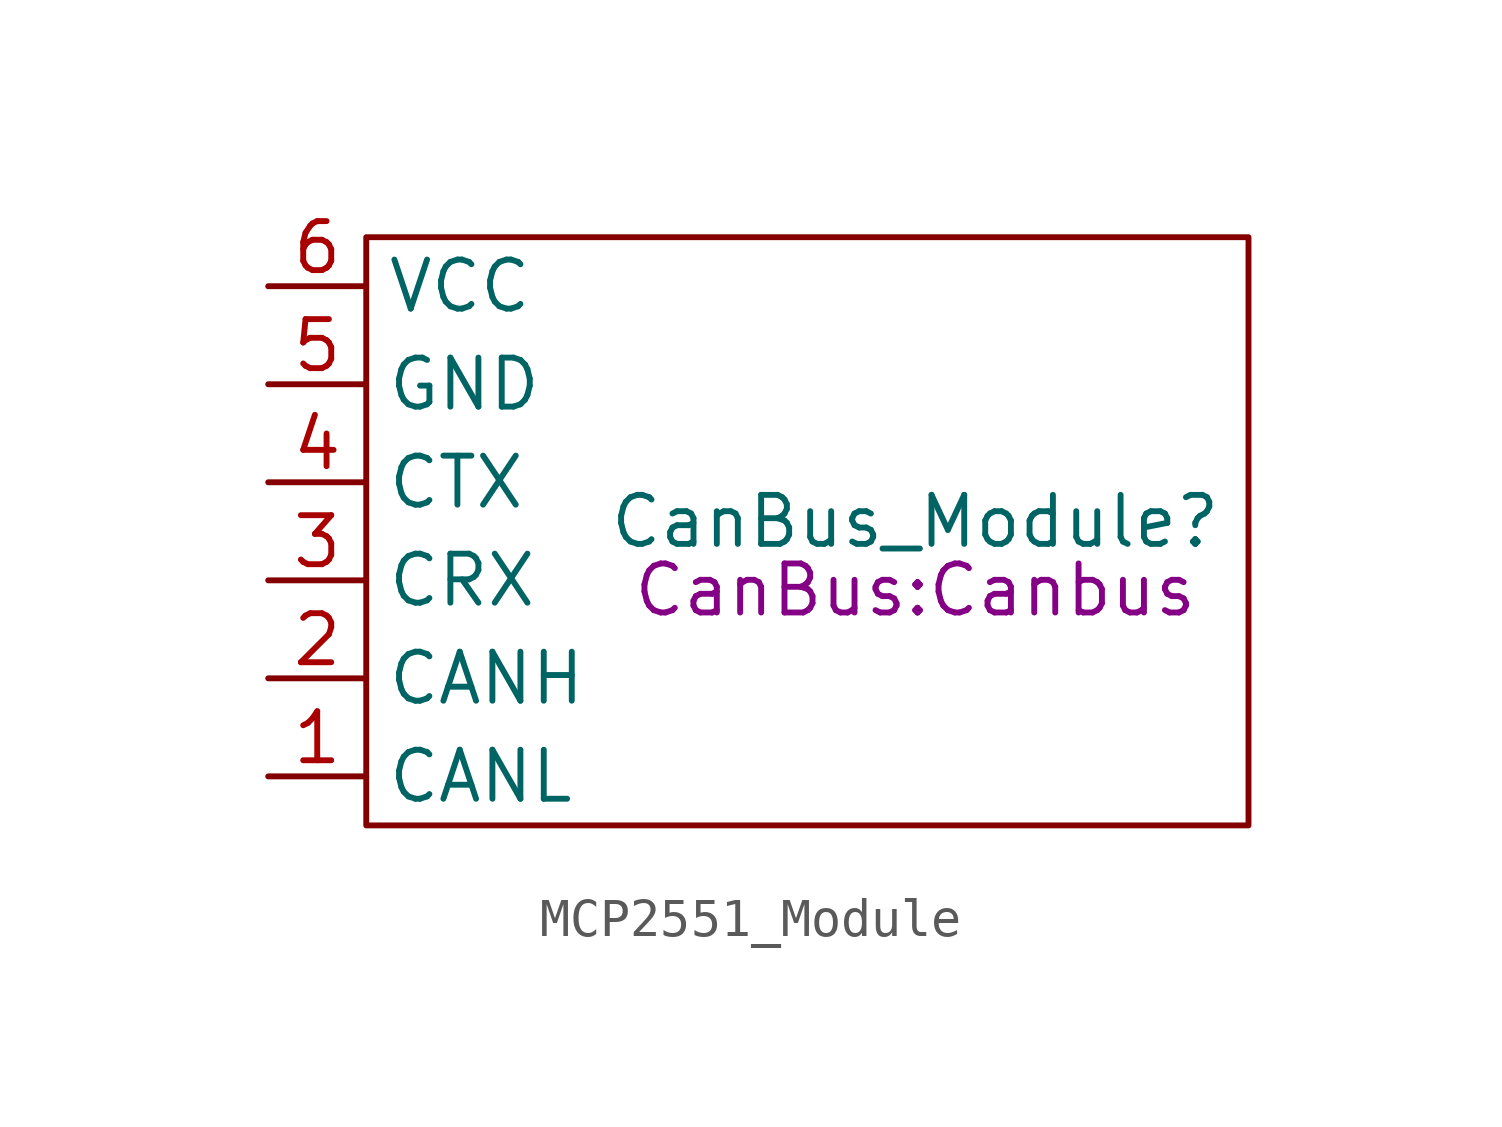
<source format=kicad_sym>
(kicad_symbol_lib
  (version 20241209)
  (generator "kicad_symbol_editor")
  (generator_version "9.0")
  (symbol "MCP2551_Module"
    (property "Reference" "CanBus_Module"
      (at 9.144 -3.556 0)
      (effects (font (size 1.27 1.27))))
    (property "Value" ""
      (at 0 0 0)
      (effects (font (size 1.27 1.27))))
    (property "Footprint" "CanBus:Canbus"
      (at 9.144 -5.334 0)
      (effects (font (size 1.27 1.27))))
    (symbol "MCP2551_Module_0_1"
      (rectangle (start -5.08 3.81) (end 17.78 -11.43) (stroke (width 0) (type default)) (fill (type none))))
    (symbol "MCP2551_Module_1_1"
      (pin input line (at -7.62 2.54 0) (length 2.54) (name "VCC" (effects (font (size 1.27 1.27)))) (number "6" (effects (font (size 1.27 1.27)))))
      (pin input line (at -7.62 0 0) (length 2.54) (name "GND" (effects (font (size 1.27 1.27)))) (number "5" (effects (font (size 1.27 1.27)))))
      (pin input line (at -7.62 -2.54 0) (length 2.54) (name "CTX" (effects (font (size 1.27 1.27)))) (number "4" (effects (font (size 1.27 1.27)))))
      (pin input line (at -7.62 -5.08 0) (length 2.54) (name "CRX" (effects (font (size 1.27 1.27)))) (number "3" (effects (font (size 1.27 1.27)))))
      (pin input line (at -7.62 -7.62 0) (length 2.54) (name "CANH" (effects (font (size 1.27 1.27)))) (number "2" (effects (font (size 1.27 1.27)))))
      (pin input line (at -7.62 -10.16 0) (length 2.54) (name "CANL" (effects (font (size 1.27 1.27)))) (number "1" (effects (font (size 1.27 1.27))))))))
</source>
